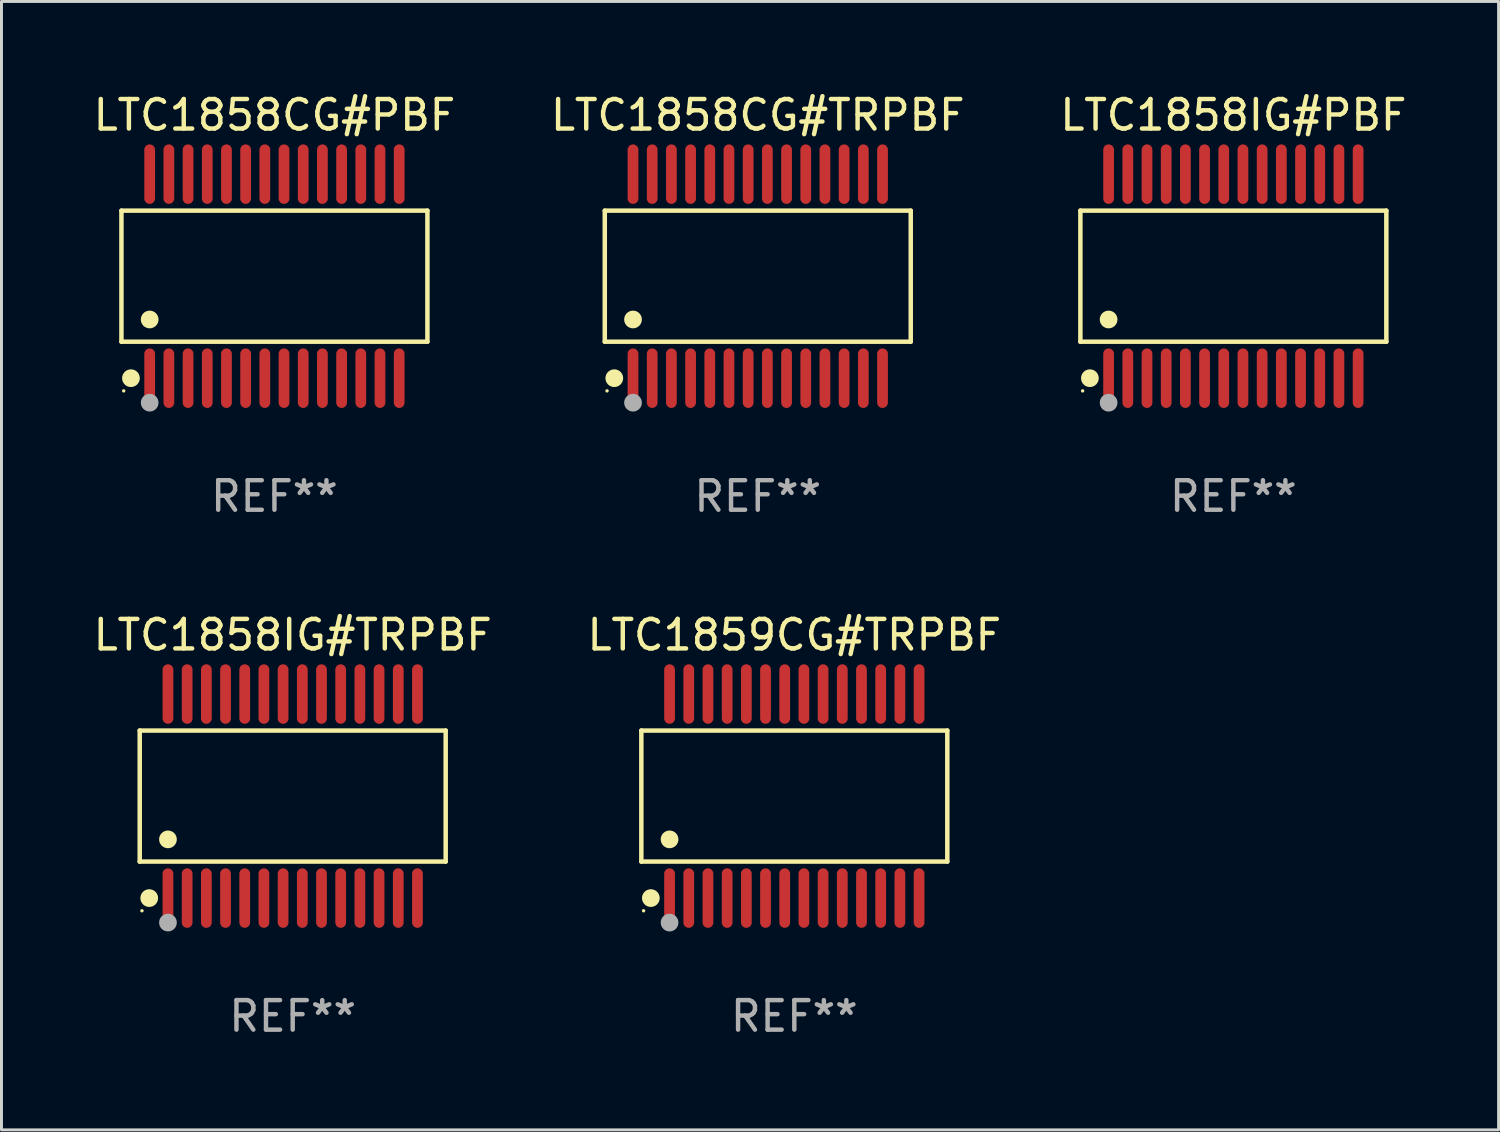
<source format=kicad_pcb>
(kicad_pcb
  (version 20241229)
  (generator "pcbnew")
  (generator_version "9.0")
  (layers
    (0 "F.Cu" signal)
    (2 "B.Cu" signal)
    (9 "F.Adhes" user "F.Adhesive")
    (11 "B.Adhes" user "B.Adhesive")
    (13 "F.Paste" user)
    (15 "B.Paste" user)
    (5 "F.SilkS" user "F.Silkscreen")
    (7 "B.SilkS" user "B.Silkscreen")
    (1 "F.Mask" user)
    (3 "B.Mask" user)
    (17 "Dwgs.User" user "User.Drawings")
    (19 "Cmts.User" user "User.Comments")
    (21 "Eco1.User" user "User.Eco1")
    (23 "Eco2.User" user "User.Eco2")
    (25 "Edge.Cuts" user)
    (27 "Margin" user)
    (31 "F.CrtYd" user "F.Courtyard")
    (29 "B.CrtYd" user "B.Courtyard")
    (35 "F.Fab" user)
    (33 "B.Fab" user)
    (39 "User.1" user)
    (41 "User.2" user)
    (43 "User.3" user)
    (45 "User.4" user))
  (footprint "LTC1858CG#PBF"
    (layer "F.Cu")
    (at 6.244 6.303)
    (property "Reference" "LTC1858CG#PBF" (at 0 -5.455 0) (layer "F.SilkS") (effects (font (size 1 1) (thickness 0.15))))
    (attr through_hole)
    (fp_line (start -5.181 -2.219) (end 5.181 -2.219) (stroke (width 0.152) (type solid)) (layer "F.SilkS"))
    (fp_line (start -5.181 2.219) (end -5.181 -2.219) (stroke (width 0.152) (type solid)) (layer "F.SilkS"))
    (fp_line (start 5.181 -2.219) (end 5.181 2.219) (stroke (width 0.152) (type solid)) (layer "F.SilkS"))
    (fp_line (start 5.181 2.219) (end -5.181 2.219) (stroke (width 0.152) (type solid)) (layer "F.SilkS"))
    (fp_circle (center -5.105 3.885) (end -5.075 3.885) (stroke (width 0.06) (type solid)) (fill no) (layer "F.SilkS"))
    (fp_circle (center -4.859 3.455) (end -4.709 3.455) (stroke (width 0.3) (type solid)) (fill no) (layer "F.SilkS"))
    (fp_circle (center -4.225 1.467) (end -4.075 1.467) (stroke (width 0.3) (type solid)) (fill no) (layer "F.SilkS"))
    (fp_circle (center -4.225 4.285) (end -4.075 4.285) (stroke (width 0.3) (type solid)) (fill no) (layer "F.Fab"))
    (fp_text user "REF**" (at 0 7.455 0) (layer "F.Fab") (effects (font (size 1 1) (thickness 0.15))))
    (pad "1" smd oval (at -4.225 3.455) (size 0.364 2.015) (layers "F.Cu" "F.Mask" "F.Paste"))
    (pad "2" smd oval (at -3.575 3.455) (size 0.364 2.015) (layers "F.Cu" "F.Mask" "F.Paste"))
    (pad "3" smd oval (at -2.925 3.455) (size 0.364 2.015) (layers "F.Cu" "F.Mask" "F.Paste"))
    (pad "4" smd oval (at -2.275 3.455) (size 0.364 2.015) (layers "F.Cu" "F.Mask" "F.Paste"))
    (pad "5" smd oval (at -1.625 3.455) (size 0.364 2.015) (layers "F.Cu" "F.Mask" "F.Paste"))
    (pad "6" smd oval (at -0.975 3.455) (size 0.364 2.015) (layers "F.Cu" "F.Mask" "F.Paste"))
    (pad "7" smd oval (at -0.325 3.455) (size 0.364 2.015) (layers "F.Cu" "F.Mask" "F.Paste"))
    (pad "8" smd oval (at 0.325 3.455) (size 0.364 2.015) (layers "F.Cu" "F.Mask" "F.Paste"))
    (pad "9" smd oval (at 0.975 3.455) (size 0.364 2.015) (layers "F.Cu" "F.Mask" "F.Paste"))
    (pad "10" smd oval (at 1.625 3.455) (size 0.364 2.015) (layers "F.Cu" "F.Mask" "F.Paste"))
    (pad "11" smd oval (at 2.275 3.455) (size 0.364 2.015) (layers "F.Cu" "F.Mask" "F.Paste"))
    (pad "12" smd oval (at 2.925 3.455) (size 0.364 2.015) (layers "F.Cu" "F.Mask" "F.Paste"))
    (pad "13" smd oval (at 3.575 3.455) (size 0.364 2.015) (layers "F.Cu" "F.Mask" "F.Paste"))
    (pad "14" smd oval (at 4.225 3.455) (size 0.364 2.015) (layers "F.Cu" "F.Mask" "F.Paste"))
    (pad "15" smd oval (at 4.225 -3.455) (size 0.364 2.015) (layers "F.Cu" "F.Mask" "F.Paste"))
    (pad "16" smd oval (at 3.575 -3.455) (size 0.364 2.015) (layers "F.Cu" "F.Mask" "F.Paste"))
    (pad "17" smd oval (at 2.925 -3.455) (size 0.364 2.015) (layers "F.Cu" "F.Mask" "F.Paste"))
    (pad "18" smd oval (at 2.275 -3.455) (size 0.364 2.015) (layers "F.Cu" "F.Mask" "F.Paste"))
    (pad "19" smd oval (at 1.625 -3.455) (size 0.364 2.015) (layers "F.Cu" "F.Mask" "F.Paste"))
    (pad "20" smd oval (at 0.975 -3.455) (size 0.364 2.015) (layers "F.Cu" "F.Mask" "F.Paste"))
    (pad "21" smd oval (at 0.325 -3.455) (size 0.364 2.015) (layers "F.Cu" "F.Mask" "F.Paste"))
    (pad "22" smd oval (at -0.325 -3.455) (size 0.364 2.015) (layers "F.Cu" "F.Mask" "F.Paste"))
    (pad "23" smd oval (at -0.975 -3.455) (size 0.364 2.015) (layers "F.Cu" "F.Mask" "F.Paste"))
    (pad "24" smd oval (at -1.625 -3.455) (size 0.364 2.015) (layers "F.Cu" "F.Mask" "F.Paste"))
    (pad "25" smd oval (at -2.275 -3.455) (size 0.364 2.015) (layers "F.Cu" "F.Mask" "F.Paste"))
    (pad "26" smd oval (at -2.925 -3.455) (size 0.364 2.015) (layers "F.Cu" "F.Mask" "F.Paste"))
    (pad "27" smd oval (at -3.575 -3.455) (size 0.364 2.015) (layers "F.Cu" "F.Mask" "F.Paste"))
    (pad "28" smd oval (at -4.225 -3.455) (size 0.364 2.015) (layers "F.Cu" "F.Mask" "F.Paste")))
  (footprint "LTC1858IG#PBF"
    (layer "F.Cu")
    (at 38.72 6.303)
    (property "Reference" "LTC1858IG#PBF" (at 0 -5.455 0) (layer "F.SilkS") (effects (font (size 1 1) (thickness 0.15))))
    (attr through_hole)
    (fp_line (start -5.181 -2.219) (end 5.181 -2.219) (stroke (width 0.152) (type solid)) (layer "F.SilkS"))
    (fp_line (start -5.181 2.219) (end -5.181 -2.219) (stroke (width 0.152) (type solid)) (layer "F.SilkS"))
    (fp_line (start 5.181 -2.219) (end 5.181 2.219) (stroke (width 0.152) (type solid)) (layer "F.SilkS"))
    (fp_line (start 5.181 2.219) (end -5.181 2.219) (stroke (width 0.152) (type solid)) (layer "F.SilkS"))
    (fp_circle (center -5.105 3.885) (end -5.075 3.885) (stroke (width 0.06) (type solid)) (fill no) (layer "F.SilkS"))
    (fp_circle (center -4.859 3.455) (end -4.709 3.455) (stroke (width 0.3) (type solid)) (fill no) (layer "F.SilkS"))
    (fp_circle (center -4.225 1.467) (end -4.075 1.467) (stroke (width 0.3) (type solid)) (fill no) (layer "F.SilkS"))
    (fp_circle (center -4.225 4.285) (end -4.075 4.285) (stroke (width 0.3) (type solid)) (fill no) (layer "F.Fab"))
    (fp_text user "REF**" (at 0 7.455 0) (layer "F.Fab") (effects (font (size 1 1) (thickness 0.15))))
    (pad "1" smd oval (at -4.225 3.455) (size 0.364 2.015) (layers "F.Cu" "F.Mask" "F.Paste"))
    (pad "2" smd oval (at -3.575 3.455) (size 0.364 2.015) (layers "F.Cu" "F.Mask" "F.Paste"))
    (pad "3" smd oval (at -2.925 3.455) (size 0.364 2.015) (layers "F.Cu" "F.Mask" "F.Paste"))
    (pad "4" smd oval (at -2.275 3.455) (size 0.364 2.015) (layers "F.Cu" "F.Mask" "F.Paste"))
    (pad "5" smd oval (at -1.625 3.455) (size 0.364 2.015) (layers "F.Cu" "F.Mask" "F.Paste"))
    (pad "6" smd oval (at -0.975 3.455) (size 0.364 2.015) (layers "F.Cu" "F.Mask" "F.Paste"))
    (pad "7" smd oval (at -0.325 3.455) (size 0.364 2.015) (layers "F.Cu" "F.Mask" "F.Paste"))
    (pad "8" smd oval (at 0.325 3.455) (size 0.364 2.015) (layers "F.Cu" "F.Mask" "F.Paste"))
    (pad "9" smd oval (at 0.975 3.455) (size 0.364 2.015) (layers "F.Cu" "F.Mask" "F.Paste"))
    (pad "10" smd oval (at 1.625 3.455) (size 0.364 2.015) (layers "F.Cu" "F.Mask" "F.Paste"))
    (pad "11" smd oval (at 2.275 3.455) (size 0.364 2.015) (layers "F.Cu" "F.Mask" "F.Paste"))
    (pad "12" smd oval (at 2.925 3.455) (size 0.364 2.015) (layers "F.Cu" "F.Mask" "F.Paste"))
    (pad "13" smd oval (at 3.575 3.455) (size 0.364 2.015) (layers "F.Cu" "F.Mask" "F.Paste"))
    (pad "14" smd oval (at 4.225 3.455) (size 0.364 2.015) (layers "F.Cu" "F.Mask" "F.Paste"))
    (pad "15" smd oval (at 4.225 -3.455) (size 0.364 2.015) (layers "F.Cu" "F.Mask" "F.Paste"))
    (pad "16" smd oval (at 3.575 -3.455) (size 0.364 2.015) (layers "F.Cu" "F.Mask" "F.Paste"))
    (pad "17" smd oval (at 2.925 -3.455) (size 0.364 2.015) (layers "F.Cu" "F.Mask" "F.Paste"))
    (pad "18" smd oval (at 2.275 -3.455) (size 0.364 2.015) (layers "F.Cu" "F.Mask" "F.Paste"))
    (pad "19" smd oval (at 1.625 -3.455) (size 0.364 2.015) (layers "F.Cu" "F.Mask" "F.Paste"))
    (pad "20" smd oval (at 0.975 -3.455) (size 0.364 2.015) (layers "F.Cu" "F.Mask" "F.Paste"))
    (pad "21" smd oval (at 0.325 -3.455) (size 0.364 2.015) (layers "F.Cu" "F.Mask" "F.Paste"))
    (pad "22" smd oval (at -0.325 -3.455) (size 0.364 2.015) (layers "F.Cu" "F.Mask" "F.Paste"))
    (pad "23" smd oval (at -0.975 -3.455) (size 0.364 2.015) (layers "F.Cu" "F.Mask" "F.Paste"))
    (pad "24" smd oval (at -1.625 -3.455) (size 0.364 2.015) (layers "F.Cu" "F.Mask" "F.Paste"))
    (pad "25" smd oval (at -2.275 -3.455) (size 0.364 2.015) (layers "F.Cu" "F.Mask" "F.Paste"))
    (pad "26" smd oval (at -2.925 -3.455) (size 0.364 2.015) (layers "F.Cu" "F.Mask" "F.Paste"))
    (pad "27" smd oval (at -3.575 -3.455) (size 0.364 2.015) (layers "F.Cu" "F.Mask" "F.Paste"))
    (pad "28" smd oval (at -4.225 -3.455) (size 0.364 2.015) (layers "F.Cu" "F.Mask" "F.Paste")))
  (footprint "LTC1859CG#TRPBF"
    (layer "F.Cu")
    (at 23.851 23.91)
    (property "Reference" "LTC1859CG#TRPBF" (at 0 -5.455 0) (layer "F.SilkS") (effects (font (size 1 1) (thickness 0.15))))
    (attr through_hole)
    (fp_line (start -5.181 -2.219) (end 5.181 -2.219) (stroke (width 0.152) (type solid)) (layer "F.SilkS"))
    (fp_line (start -5.181 2.219) (end -5.181 -2.219) (stroke (width 0.152) (type solid)) (layer "F.SilkS"))
    (fp_line (start 5.181 -2.219) (end 5.181 2.219) (stroke (width 0.152) (type solid)) (layer "F.SilkS"))
    (fp_line (start 5.181 2.219) (end -5.181 2.219) (stroke (width 0.152) (type solid)) (layer "F.SilkS"))
    (fp_circle (center -5.105 3.885) (end -5.075 3.885) (stroke (width 0.06) (type solid)) (fill no) (layer "F.SilkS"))
    (fp_circle (center -4.859 3.455) (end -4.709 3.455) (stroke (width 0.3) (type solid)) (fill no) (layer "F.SilkS"))
    (fp_circle (center -4.225 1.467) (end -4.075 1.467) (stroke (width 0.3) (type solid)) (fill no) (layer "F.SilkS"))
    (fp_circle (center -4.225 4.285) (end -4.075 4.285) (stroke (width 0.3) (type solid)) (fill no) (layer "F.Fab"))
    (fp_text user "REF**" (at 0 7.455 0) (layer "F.Fab") (effects (font (size 1 1) (thickness 0.15))))
    (pad "1" smd oval (at -4.225 3.455) (size 0.364 2.015) (layers "F.Cu" "F.Mask" "F.Paste"))
    (pad "2" smd oval (at -3.575 3.455) (size 0.364 2.015) (layers "F.Cu" "F.Mask" "F.Paste"))
    (pad "3" smd oval (at -2.925 3.455) (size 0.364 2.015) (layers "F.Cu" "F.Mask" "F.Paste"))
    (pad "4" smd oval (at -2.275 3.455) (size 0.364 2.015) (layers "F.Cu" "F.Mask" "F.Paste"))
    (pad "5" smd oval (at -1.625 3.455) (size 0.364 2.015) (layers "F.Cu" "F.Mask" "F.Paste"))
    (pad "6" smd oval (at -0.975 3.455) (size 0.364 2.015) (layers "F.Cu" "F.Mask" "F.Paste"))
    (pad "7" smd oval (at -0.325 3.455) (size 0.364 2.015) (layers "F.Cu" "F.Mask" "F.Paste"))
    (pad "8" smd oval (at 0.325 3.455) (size 0.364 2.015) (layers "F.Cu" "F.Mask" "F.Paste"))
    (pad "9" smd oval (at 0.975 3.455) (size 0.364 2.015) (layers "F.Cu" "F.Mask" "F.Paste"))
    (pad "10" smd oval (at 1.625 3.455) (size 0.364 2.015) (layers "F.Cu" "F.Mask" "F.Paste"))
    (pad "11" smd oval (at 2.275 3.455) (size 0.364 2.015) (layers "F.Cu" "F.Mask" "F.Paste"))
    (pad "12" smd oval (at 2.925 3.455) (size 0.364 2.015) (layers "F.Cu" "F.Mask" "F.Paste"))
    (pad "13" smd oval (at 3.575 3.455) (size 0.364 2.015) (layers "F.Cu" "F.Mask" "F.Paste"))
    (pad "14" smd oval (at 4.225 3.455) (size 0.364 2.015) (layers "F.Cu" "F.Mask" "F.Paste"))
    (pad "15" smd oval (at 4.225 -3.455) (size 0.364 2.015) (layers "F.Cu" "F.Mask" "F.Paste"))
    (pad "16" smd oval (at 3.575 -3.455) (size 0.364 2.015) (layers "F.Cu" "F.Mask" "F.Paste"))
    (pad "17" smd oval (at 2.925 -3.455) (size 0.364 2.015) (layers "F.Cu" "F.Mask" "F.Paste"))
    (pad "18" smd oval (at 2.275 -3.455) (size 0.364 2.015) (layers "F.Cu" "F.Mask" "F.Paste"))
    (pad "19" smd oval (at 1.625 -3.455) (size 0.364 2.015) (layers "F.Cu" "F.Mask" "F.Paste"))
    (pad "20" smd oval (at 0.975 -3.455) (size 0.364 2.015) (layers "F.Cu" "F.Mask" "F.Paste"))
    (pad "21" smd oval (at 0.325 -3.455) (size 0.364 2.015) (layers "F.Cu" "F.Mask" "F.Paste"))
    (pad "22" smd oval (at -0.325 -3.455) (size 0.364 2.015) (layers "F.Cu" "F.Mask" "F.Paste"))
    (pad "23" smd oval (at -0.975 -3.455) (size 0.364 2.015) (layers "F.Cu" "F.Mask" "F.Paste"))
    (pad "24" smd oval (at -1.625 -3.455) (size 0.364 2.015) (layers "F.Cu" "F.Mask" "F.Paste"))
    (pad "25" smd oval (at -2.275 -3.455) (size 0.364 2.015) (layers "F.Cu" "F.Mask" "F.Paste"))
    (pad "26" smd oval (at -2.925 -3.455) (size 0.364 2.015) (layers "F.Cu" "F.Mask" "F.Paste"))
    (pad "27" smd oval (at -3.575 -3.455) (size 0.364 2.015) (layers "F.Cu" "F.Mask" "F.Paste"))
    (pad "28" smd oval (at -4.225 -3.455) (size 0.364 2.015) (layers "F.Cu" "F.Mask" "F.Paste")))
  (footprint "LTC1858CG#TRPBF"
    (layer "F.Cu")
    (at 22.613 6.303)
    (property "Reference" "LTC1858CG#TRPBF" (at 0 -5.455 0) (layer "F.SilkS") (effects (font (size 1 1) (thickness 0.15))))
    (attr through_hole)
    (fp_line (start -5.181 -2.219) (end 5.181 -2.219) (stroke (width 0.152) (type solid)) (layer "F.SilkS"))
    (fp_line (start -5.181 2.219) (end -5.181 -2.219) (stroke (width 0.152) (type solid)) (layer "F.SilkS"))
    (fp_line (start 5.181 -2.219) (end 5.181 2.219) (stroke (width 0.152) (type solid)) (layer "F.SilkS"))
    (fp_line (start 5.181 2.219) (end -5.181 2.219) (stroke (width 0.152) (type solid)) (layer "F.SilkS"))
    (fp_circle (center -5.105 3.885) (end -5.075 3.885) (stroke (width 0.06) (type solid)) (fill no) (layer "F.SilkS"))
    (fp_circle (center -4.859 3.455) (end -4.709 3.455) (stroke (width 0.3) (type solid)) (fill no) (layer "F.SilkS"))
    (fp_circle (center -4.225 1.467) (end -4.075 1.467) (stroke (width 0.3) (type solid)) (fill no) (layer "F.SilkS"))
    (fp_circle (center -4.225 4.285) (end -4.075 4.285) (stroke (width 0.3) (type solid)) (fill no) (layer "F.Fab"))
    (fp_text user "REF**" (at 0 7.455 0) (layer "F.Fab") (effects (font (size 1 1) (thickness 0.15))))
    (pad "1" smd oval (at -4.225 3.455) (size 0.364 2.015) (layers "F.Cu" "F.Mask" "F.Paste"))
    (pad "2" smd oval (at -3.575 3.455) (size 0.364 2.015) (layers "F.Cu" "F.Mask" "F.Paste"))
    (pad "3" smd oval (at -2.925 3.455) (size 0.364 2.015) (layers "F.Cu" "F.Mask" "F.Paste"))
    (pad "4" smd oval (at -2.275 3.455) (size 0.364 2.015) (layers "F.Cu" "F.Mask" "F.Paste"))
    (pad "5" smd oval (at -1.625 3.455) (size 0.364 2.015) (layers "F.Cu" "F.Mask" "F.Paste"))
    (pad "6" smd oval (at -0.975 3.455) (size 0.364 2.015) (layers "F.Cu" "F.Mask" "F.Paste"))
    (pad "7" smd oval (at -0.325 3.455) (size 0.364 2.015) (layers "F.Cu" "F.Mask" "F.Paste"))
    (pad "8" smd oval (at 0.325 3.455) (size 0.364 2.015) (layers "F.Cu" "F.Mask" "F.Paste"))
    (pad "9" smd oval (at 0.975 3.455) (size 0.364 2.015) (layers "F.Cu" "F.Mask" "F.Paste"))
    (pad "10" smd oval (at 1.625 3.455) (size 0.364 2.015) (layers "F.Cu" "F.Mask" "F.Paste"))
    (pad "11" smd oval (at 2.275 3.455) (size 0.364 2.015) (layers "F.Cu" "F.Mask" "F.Paste"))
    (pad "12" smd oval (at 2.925 3.455) (size 0.364 2.015) (layers "F.Cu" "F.Mask" "F.Paste"))
    (pad "13" smd oval (at 3.575 3.455) (size 0.364 2.015) (layers "F.Cu" "F.Mask" "F.Paste"))
    (pad "14" smd oval (at 4.225 3.455) (size 0.364 2.015) (layers "F.Cu" "F.Mask" "F.Paste"))
    (pad "15" smd oval (at 4.225 -3.455) (size 0.364 2.015) (layers "F.Cu" "F.Mask" "F.Paste"))
    (pad "16" smd oval (at 3.575 -3.455) (size 0.364 2.015) (layers "F.Cu" "F.Mask" "F.Paste"))
    (pad "17" smd oval (at 2.925 -3.455) (size 0.364 2.015) (layers "F.Cu" "F.Mask" "F.Paste"))
    (pad "18" smd oval (at 2.275 -3.455) (size 0.364 2.015) (layers "F.Cu" "F.Mask" "F.Paste"))
    (pad "19" smd oval (at 1.625 -3.455) (size 0.364 2.015) (layers "F.Cu" "F.Mask" "F.Paste"))
    (pad "20" smd oval (at 0.975 -3.455) (size 0.364 2.015) (layers "F.Cu" "F.Mask" "F.Paste"))
    (pad "21" smd oval (at 0.325 -3.455) (size 0.364 2.015) (layers "F.Cu" "F.Mask" "F.Paste"))
    (pad "22" smd oval (at -0.325 -3.455) (size 0.364 2.015) (layers "F.Cu" "F.Mask" "F.Paste"))
    (pad "23" smd oval (at -0.975 -3.455) (size 0.364 2.015) (layers "F.Cu" "F.Mask" "F.Paste"))
    (pad "24" smd oval (at -1.625 -3.455) (size 0.364 2.015) (layers "F.Cu" "F.Mask" "F.Paste"))
    (pad "25" smd oval (at -2.275 -3.455) (size 0.364 2.015) (layers "F.Cu" "F.Mask" "F.Paste"))
    (pad "26" smd oval (at -2.925 -3.455) (size 0.364 2.015) (layers "F.Cu" "F.Mask" "F.Paste"))
    (pad "27" smd oval (at -3.575 -3.455) (size 0.364 2.015) (layers "F.Cu" "F.Mask" "F.Paste"))
    (pad "28" smd oval (at -4.225 -3.455) (size 0.364 2.015) (layers "F.Cu" "F.Mask" "F.Paste")))
  (footprint "LTC1858IG#TRPBF"
    (layer "F.Cu")
    (at 6.863 23.91)
    (property "Reference" "LTC1858IG#TRPBF" (at 0 -5.455 0) (layer "F.SilkS") (effects (font (size 1 1) (thickness 0.15))))
    (attr through_hole)
    (fp_line (start -5.181 -2.219) (end 5.181 -2.219) (stroke (width 0.152) (type solid)) (layer "F.SilkS"))
    (fp_line (start -5.181 2.219) (end -5.181 -2.219) (stroke (width 0.152) (type solid)) (layer "F.SilkS"))
    (fp_line (start 5.181 -2.219) (end 5.181 2.219) (stroke (width 0.152) (type solid)) (layer "F.SilkS"))
    (fp_line (start 5.181 2.219) (end -5.181 2.219) (stroke (width 0.152) (type solid)) (layer "F.SilkS"))
    (fp_circle (center -5.105 3.885) (end -5.075 3.885) (stroke (width 0.06) (type solid)) (fill no) (layer "F.SilkS"))
    (fp_circle (center -4.859 3.455) (end -4.709 3.455) (stroke (width 0.3) (type solid)) (fill no) (layer "F.SilkS"))
    (fp_circle (center -4.225 1.467) (end -4.075 1.467) (stroke (width 0.3) (type solid)) (fill no) (layer "F.SilkS"))
    (fp_circle (center -4.225 4.285) (end -4.075 4.285) (stroke (width 0.3) (type solid)) (fill no) (layer "F.Fab"))
    (fp_text user "REF**" (at 0 7.455 0) (layer "F.Fab") (effects (font (size 1 1) (thickness 0.15))))
    (pad "1" smd oval (at -4.225 3.455) (size 0.364 2.015) (layers "F.Cu" "F.Mask" "F.Paste"))
    (pad "2" smd oval (at -3.575 3.455) (size 0.364 2.015) (layers "F.Cu" "F.Mask" "F.Paste"))
    (pad "3" smd oval (at -2.925 3.455) (size 0.364 2.015) (layers "F.Cu" "F.Mask" "F.Paste"))
    (pad "4" smd oval (at -2.275 3.455) (size 0.364 2.015) (layers "F.Cu" "F.Mask" "F.Paste"))
    (pad "5" smd oval (at -1.625 3.455) (size 0.364 2.015) (layers "F.Cu" "F.Mask" "F.Paste"))
    (pad "6" smd oval (at -0.975 3.455) (size 0.364 2.015) (layers "F.Cu" "F.Mask" "F.Paste"))
    (pad "7" smd oval (at -0.325 3.455) (size 0.364 2.015) (layers "F.Cu" "F.Mask" "F.Paste"))
    (pad "8" smd oval (at 0.325 3.455) (size 0.364 2.015) (layers "F.Cu" "F.Mask" "F.Paste"))
    (pad "9" smd oval (at 0.975 3.455) (size 0.364 2.015) (layers "F.Cu" "F.Mask" "F.Paste"))
    (pad "10" smd oval (at 1.625 3.455) (size 0.364 2.015) (layers "F.Cu" "F.Mask" "F.Paste"))
    (pad "11" smd oval (at 2.275 3.455) (size 0.364 2.015) (layers "F.Cu" "F.Mask" "F.Paste"))
    (pad "12" smd oval (at 2.925 3.455) (size 0.364 2.015) (layers "F.Cu" "F.Mask" "F.Paste"))
    (pad "13" smd oval (at 3.575 3.455) (size 0.364 2.015) (layers "F.Cu" "F.Mask" "F.Paste"))
    (pad "14" smd oval (at 4.225 3.455) (size 0.364 2.015) (layers "F.Cu" "F.Mask" "F.Paste"))
    (pad "15" smd oval (at 4.225 -3.455) (size 0.364 2.015) (layers "F.Cu" "F.Mask" "F.Paste"))
    (pad "16" smd oval (at 3.575 -3.455) (size 0.364 2.015) (layers "F.Cu" "F.Mask" "F.Paste"))
    (pad "17" smd oval (at 2.925 -3.455) (size 0.364 2.015) (layers "F.Cu" "F.Mask" "F.Paste"))
    (pad "18" smd oval (at 2.275 -3.455) (size 0.364 2.015) (layers "F.Cu" "F.Mask" "F.Paste"))
    (pad "19" smd oval (at 1.625 -3.455) (size 0.364 2.015) (layers "F.Cu" "F.Mask" "F.Paste"))
    (pad "20" smd oval (at 0.975 -3.455) (size 0.364 2.015) (layers "F.Cu" "F.Mask" "F.Paste"))
    (pad "21" smd oval (at 0.325 -3.455) (size 0.364 2.015) (layers "F.Cu" "F.Mask" "F.Paste"))
    (pad "22" smd oval (at -0.325 -3.455) (size 0.364 2.015) (layers "F.Cu" "F.Mask" "F.Paste"))
    (pad "23" smd oval (at -0.975 -3.455) (size 0.364 2.015) (layers "F.Cu" "F.Mask" "F.Paste"))
    (pad "24" smd oval (at -1.625 -3.455) (size 0.364 2.015) (layers "F.Cu" "F.Mask" "F.Paste"))
    (pad "25" smd oval (at -2.275 -3.455) (size 0.364 2.015) (layers "F.Cu" "F.Mask" "F.Paste"))
    (pad "26" smd oval (at -2.925 -3.455) (size 0.364 2.015) (layers "F.Cu" "F.Mask" "F.Paste"))
    (pad "27" smd oval (at -3.575 -3.455) (size 0.364 2.015) (layers "F.Cu" "F.Mask" "F.Paste"))
    (pad "28" smd oval (at -4.225 -3.455) (size 0.364 2.015) (layers "F.Cu" "F.Mask" "F.Paste")))
  (gr_rect
    (start -3 -3)
    (end 47.702 35.214)
    (stroke (width 0.1) (type default))
    (fill no)
    (layer "Edge.Cuts")))
</source>
